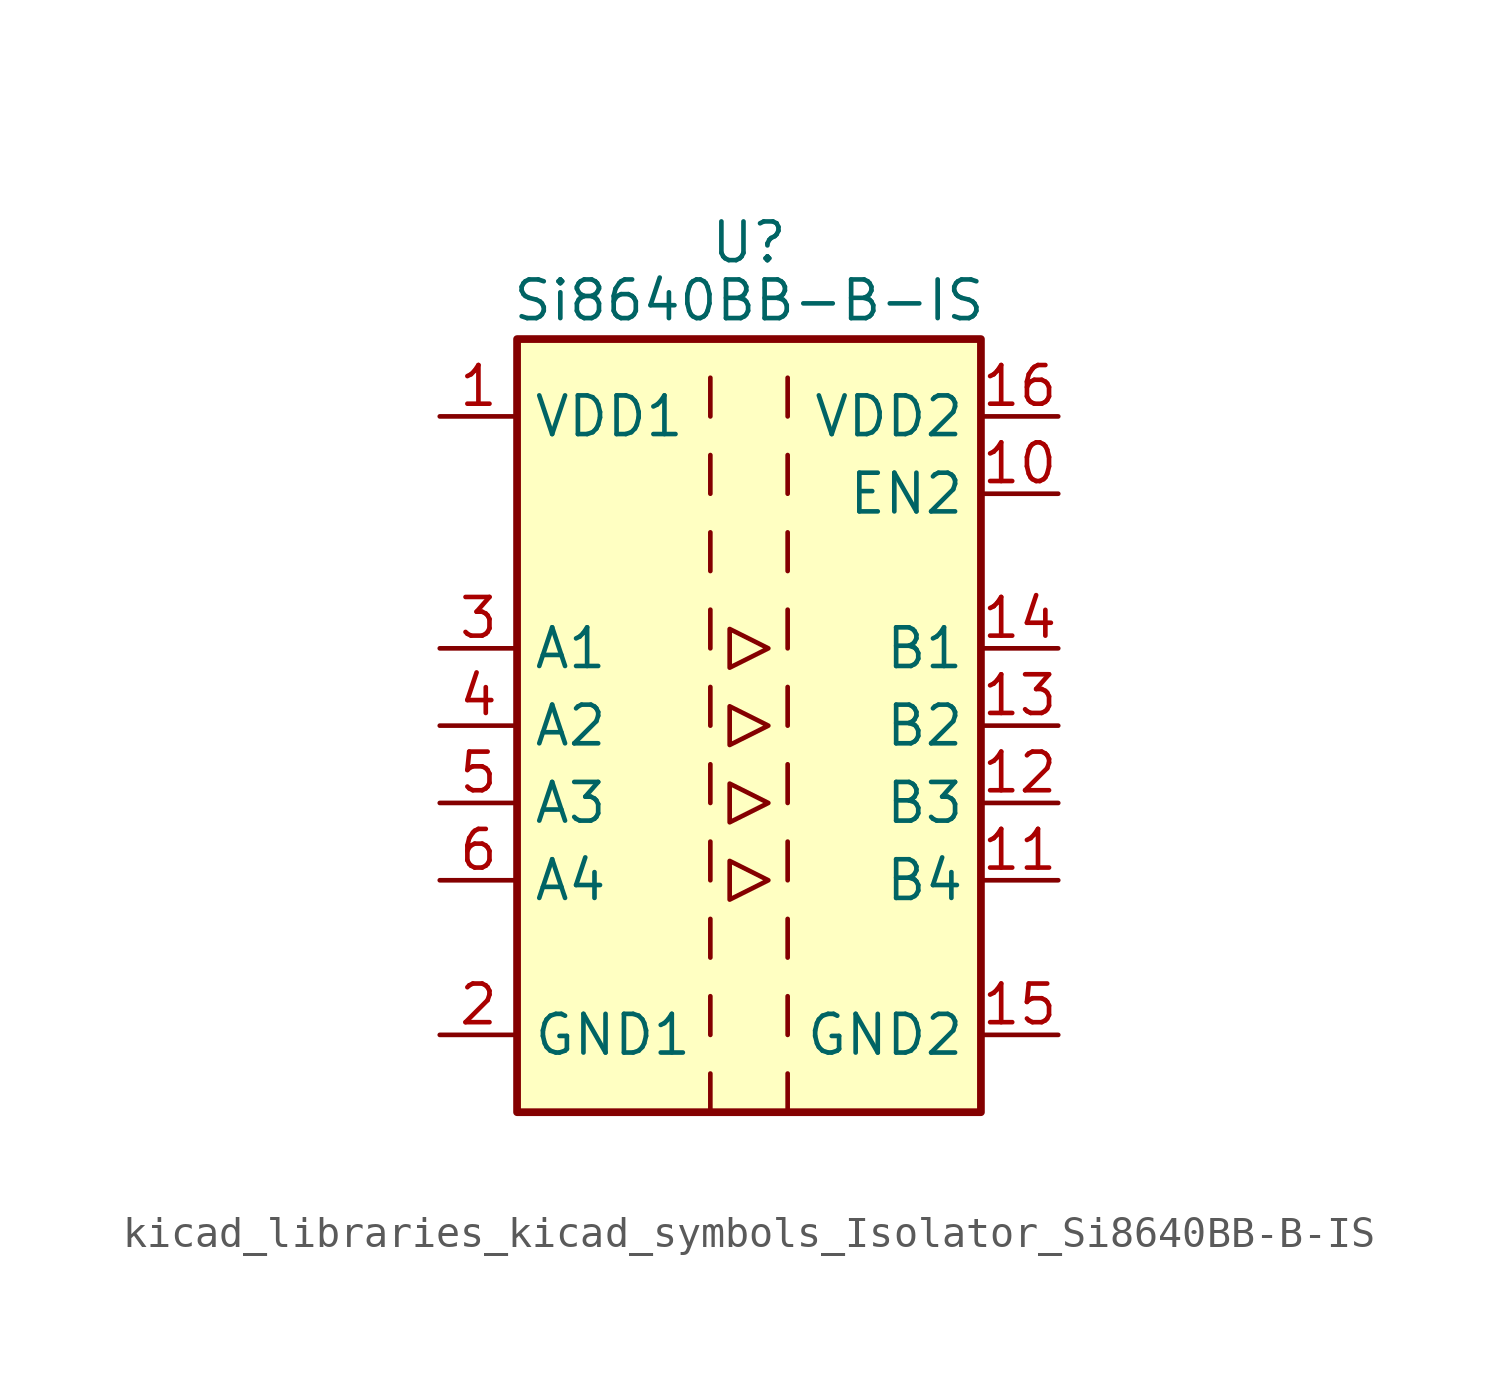
<source format=kicad_sym>
(kicad_symbol_lib
  (version 20220914)
  (generator kicad_symbol_editor)
  (symbol "kicad_libraries_kicad_symbols_Isolator_Si8640BB-B-IS"
    (property "Reference" "U"
      (at 0 15.875 0)
      (effects (font (size 1.27 1.27))))
    (property "Value" "Si8640BB-B-IS"
      (at 0 13.97 0)
      (effects (font (size 1.27 1.27))))
    (symbol "kicad_libraries_kicad_symbols_Isolator_Si8640BB-B-IS_0_1"
      (rectangle (start -7.62 12.7) (end 7.62 -12.7) (stroke (width 0.254) (type default)) (fill (type background)))
      (polyline (pts (xy -1.27 -11.43) (xy -1.27 -12.7)) (stroke (width 0) (type default)) (fill (type none)))
      (polyline (pts (xy -1.27 -8.89) (xy -1.27 -10.16)) (stroke (width 0) (type default)) (fill (type none)))
      (polyline (pts (xy -1.27 -6.35) (xy -1.27 -7.62)) (stroke (width 0) (type default)) (fill (type none)))
      (polyline (pts (xy -1.27 -3.81) (xy -1.27 -5.08)) (stroke (width 0) (type default)) (fill (type none)))
      (polyline (pts (xy -1.27 -1.27) (xy -1.27 -2.54)) (stroke (width 0) (type default)) (fill (type none)))
      (polyline (pts (xy -1.27 1.27) (xy -1.27 0)) (stroke (width 0) (type default)) (fill (type none)))
      (polyline (pts (xy -1.27 3.81) (xy -1.27 2.54)) (stroke (width 0) (type default)) (fill (type none)))
      (polyline (pts (xy -1.27 6.35) (xy -1.27 5.08)) (stroke (width 0) (type default)) (fill (type none)))
      (polyline (pts (xy -1.27 8.89) (xy -1.27 7.62)) (stroke (width 0) (type default)) (fill (type none)))
      (polyline (pts (xy -1.27 11.43) (xy -1.27 10.16)) (stroke (width 0) (type default)) (fill (type none)))
      (polyline (pts (xy 1.27 -11.43) (xy 1.27 -12.7)) (stroke (width 0) (type default)) (fill (type none)))
      (polyline (pts (xy 1.27 -8.89) (xy 1.27 -10.16)) (stroke (width 0) (type default)) (fill (type none)))
      (polyline (pts (xy 1.27 -6.35) (xy 1.27 -7.62)) (stroke (width 0) (type default)) (fill (type none)))
      (polyline (pts (xy 1.27 -3.81) (xy 1.27 -5.08)) (stroke (width 0) (type default)) (fill (type none)))
      (polyline (pts (xy 1.27 -1.27) (xy 1.27 -2.54)) (stroke (width 0) (type default)) (fill (type none)))
      (polyline (pts (xy 1.27 1.27) (xy 1.27 0)) (stroke (width 0) (type default)) (fill (type none)))
      (polyline (pts (xy 1.27 3.81) (xy 1.27 2.54)) (stroke (width 0) (type default)) (fill (type none)))
      (polyline (pts (xy 1.27 6.35) (xy 1.27 5.08)) (stroke (width 0) (type default)) (fill (type none)))
      (polyline (pts (xy 1.27 8.89) (xy 1.27 7.62)) (stroke (width 0) (type default)) (fill (type none)))
      (polyline (pts (xy 1.27 11.43) (xy 1.27 10.16)) (stroke (width 0) (type default)) (fill (type none)))
      (polyline (pts (xy -0.635 0.635) (xy -0.635 -0.635) (xy 0.635 0) (xy -0.635 0.635)) (stroke (width 0) (type default)) (fill (type none)))
      (polyline (pts (xy -0.635 3.175) (xy -0.635 1.905) (xy 0.635 2.54) (xy -0.635 3.175)) (stroke (width 0) (type default)) (fill (type none)))
      (polyline (pts (xy 0.635 -5.08) (xy -0.635 -4.445) (xy -0.635 -5.715) (xy 0.635 -5.08)) (stroke (width 0) (type default)) (fill (type none)))
      (polyline (pts (xy 0.635 -2.54) (xy -0.635 -1.905) (xy -0.635 -3.175) (xy 0.635 -2.54)) (stroke (width 0) (type default)) (fill (type none))))
    (symbol "kicad_libraries_kicad_symbols_Isolator_Si8640BB-B-IS_1_1"
      (pin power_in line (at -10.16 10.16 0) (length 2.54) (name "VDD1" (effects (font (size 1.27 1.27)))) (number "1" (effects (font (size 1.27 1.27)))))
      (pin input line (at 10.16 7.62 180) (length 2.54) (name "EN2" (effects (font (size 1.27 1.27)))) (number "10" (effects (font (size 1.27 1.27)))))
      (pin output line (at 10.16 -5.08 180) (length 2.54) (name "B4" (effects (font (size 1.27 1.27)))) (number "11" (effects (font (size 1.27 1.27)))))
      (pin output line (at 10.16 -2.54 180) (length 2.54) (name "B3" (effects (font (size 1.27 1.27)))) (number "12" (effects (font (size 1.27 1.27)))))
      (pin output line (at 10.16 0 180) (length 2.54) (name "B2" (effects (font (size 1.27 1.27)))) (number "13" (effects (font (size 1.27 1.27)))))
      (pin output line (at 10.16 2.54 180) (length 2.54) (name "B1" (effects (font (size 1.27 1.27)))) (number "14" (effects (font (size 1.27 1.27)))))
      (pin power_in line (at 10.16 -10.16 180) (length 2.54) (name "GND2" (effects (font (size 1.27 1.27)))) (number "15" (effects (font (size 1.27 1.27)))))
      (pin power_in line (at 10.16 10.16 180) (length 2.54) (name "VDD2" (effects (font (size 1.27 1.27)))) (number "16" (effects (font (size 1.27 1.27)))))
      (pin power_in line (at -10.16 -10.16 0) (length 2.54) (name "GND1" (effects (font (size 1.27 1.27)))) (number "2" (effects (font (size 1.27 1.27)))))
      (pin input line (at -10.16 2.54 0) (length 2.54) (name "A1" (effects (font (size 1.27 1.27)))) (number "3" (effects (font (size 1.27 1.27)))))
      (pin input line (at -10.16 0 0) (length 2.54) (name "A2" (effects (font (size 1.27 1.27)))) (number "4" (effects (font (size 1.27 1.27)))))
      (pin input line (at -10.16 -2.54 0) (length 2.54) (name "A3" (effects (font (size 1.27 1.27)))) (number "5" (effects (font (size 1.27 1.27)))))
      (pin input line (at -10.16 -5.08 0) (length 2.54) (name "A4" (effects (font (size 1.27 1.27)))) (number "6" (effects (font (size 1.27 1.27)))))
      (pin no_connect line (at -7.62 7.62 0) (length 2.54) hide (name "NC" (effects (font (size 1.27 1.27)))) (number "7" (effects (font (size 1.27 1.27)))))
      (pin passive line (at -10.16 -10.16 0) (length 2.54) hide (name "GND1" (effects (font (size 1.27 1.27)))) (number "8" (effects (font (size 1.27 1.27)))))
      (pin passive line (at 10.16 -10.16 180) (length 2.54) hide (name "GND2" (effects (font (size 1.27 1.27)))) (number "9" (effects (font (size 1.27 1.27))))))))
</source>
